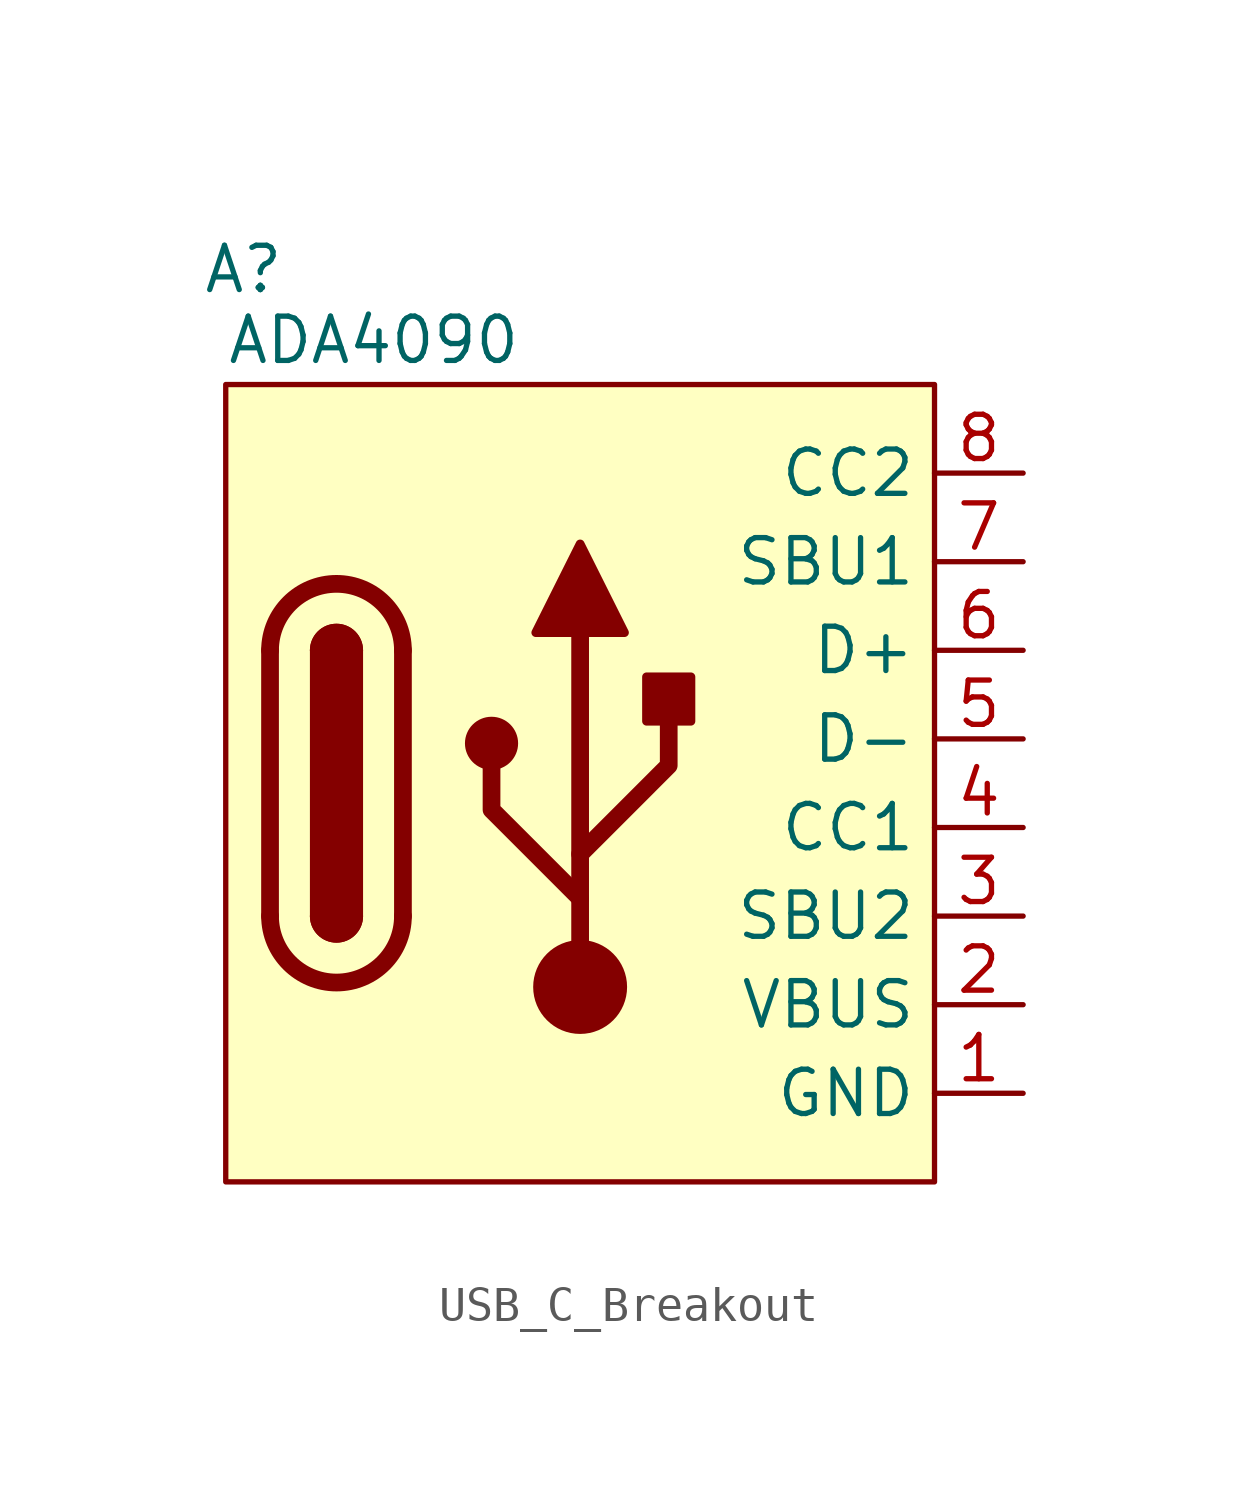
<source format=kicad_sym>
(kicad_symbol_lib
  (version 20231120)
  (generator "kicad_symbol_editor")
  (generator_version "8.0")
  (symbol "USB_C_Breakout"
    (property "Reference" "A"
      (at -19.812 5.842 0)
      (effects (font (size 1.27 1.27))))
    (property "Value" "ADA4090"
      (at -20.32 3.81 0)
      (effects (font (size 1.27 1.27)) (justify left)))
    (symbol "USB_C_Breakout_0_1"
      (arc (start -19.05 -12.7) (mid -17.145 -14.5966) (end -15.24 -12.7) (stroke (width 0.508) (type default)) (fill (type none)))
      (arc (start -17.78 -12.7) (mid -17.145 -13.3322) (end -16.51 -12.7) (stroke (width 0.254) (type default)) (fill (type none)))
      (arc (start -17.78 -12.7) (mid -17.145 -13.3322) (end -16.51 -12.7) (stroke (width 0.254) (type default)) (fill (type outline)))
      (rectangle (start -17.78 -12.7) (end -16.51 -5.08) (stroke (width 0.254) (type default)) (fill (type outline)))
      (arc (start -16.51 -5.08) (mid -17.145 -4.4478) (end -17.78 -5.08) (stroke (width 0.254) (type default)) (fill (type none)))
      (arc (start -16.51 -5.08) (mid -17.145 -4.4478) (end -17.78 -5.08) (stroke (width 0.254) (type default)) (fill (type outline)))
      (arc (start -15.24 -5.08) (mid -17.145 -3.1834) (end -19.05 -5.08) (stroke (width 0.508) (type default)) (fill (type none)))
      (circle (center -12.7 -7.747) (radius 0.635) (stroke (width 0.254) (type default)) (fill (type outline)))
      (circle (center -10.16 -14.732) (radius 1.27) (stroke (width 0) (type default)) (fill (type outline)))
      (rectangle (start -8.255 -7.112) (end -6.985 -5.842) (stroke (width 0.254) (type default)) (fill (type outline)))
      (polyline (pts (xy -19.05 -12.7) (xy -19.05 -5.08)) (stroke (width 0.508) (type default)) (fill (type none)))
      (polyline (pts (xy -15.24 -5.08) (xy -15.24 -12.7)) (stroke (width 0.508) (type default)) (fill (type none)))
      (polyline (pts (xy -10.16 -14.732) (xy -10.16 -4.572)) (stroke (width 0.508) (type default)) (fill (type none)))
      (polyline (pts (xy -10.16 -12.192) (xy -12.7 -9.652) (xy -12.7 -8.382)) (stroke (width 0.508) (type default)) (fill (type none)))
      (polyline (pts (xy -10.16 -10.922) (xy -7.62 -8.382) (xy -7.62 -7.112)) (stroke (width 0.508) (type default)) (fill (type none)))
      (polyline (pts (xy -11.43 -4.572) (xy -10.16 -2.032) (xy -8.89 -4.572) (xy -11.43 -4.572)) (stroke (width 0.254) (type default)) (fill (type outline))))
    (symbol "USB_C_Breakout_1_1"
      (rectangle (start -20.32 2.54) (end 0 -20.32) (stroke (width 0) (type default)) (fill (type background)))
      (pin passive line (at 2.54 -17.78 180) (length 2.54) (name "GND" (effects (font (size 1.27 1.27)))) (number "1" (effects (font (size 1.27 1.27)))))
      (pin passive line (at 2.54 -15.24 180) (length 2.54) (name "VBUS" (effects (font (size 1.27 1.27)))) (number "2" (effects (font (size 1.27 1.27)))))
      (pin passive line (at 2.54 -12.7 180) (length 2.54) (name "SBU2" (effects (font (size 1.27 1.27)))) (number "3" (effects (font (size 1.27 1.27)))))
      (pin passive line (at 2.54 -10.16 180) (length 2.54) (name "CC1" (effects (font (size 1.27 1.27)))) (number "4" (effects (font (size 1.27 1.27)))))
      (pin passive line (at 2.54 -7.62 180) (length 2.54) (name "D-" (effects (font (size 1.27 1.27)))) (number "5" (effects (font (size 1.27 1.27)))))
      (pin passive line (at 2.54 -5.08 180) (length 2.54) (name "D+" (effects (font (size 1.27 1.27)))) (number "6" (effects (font (size 1.27 1.27)))))
      (pin passive line (at 2.54 -2.54 180) (length 2.54) (name "SBU1" (effects (font (size 1.27 1.27)))) (number "7" (effects (font (size 1.27 1.27)))))
      (pin passive line (at 2.54 0 180) (length 2.54) (name "CC2" (effects (font (size 1.27 1.27)))) (number "8" (effects (font (size 1.27 1.27))))))))
</source>
